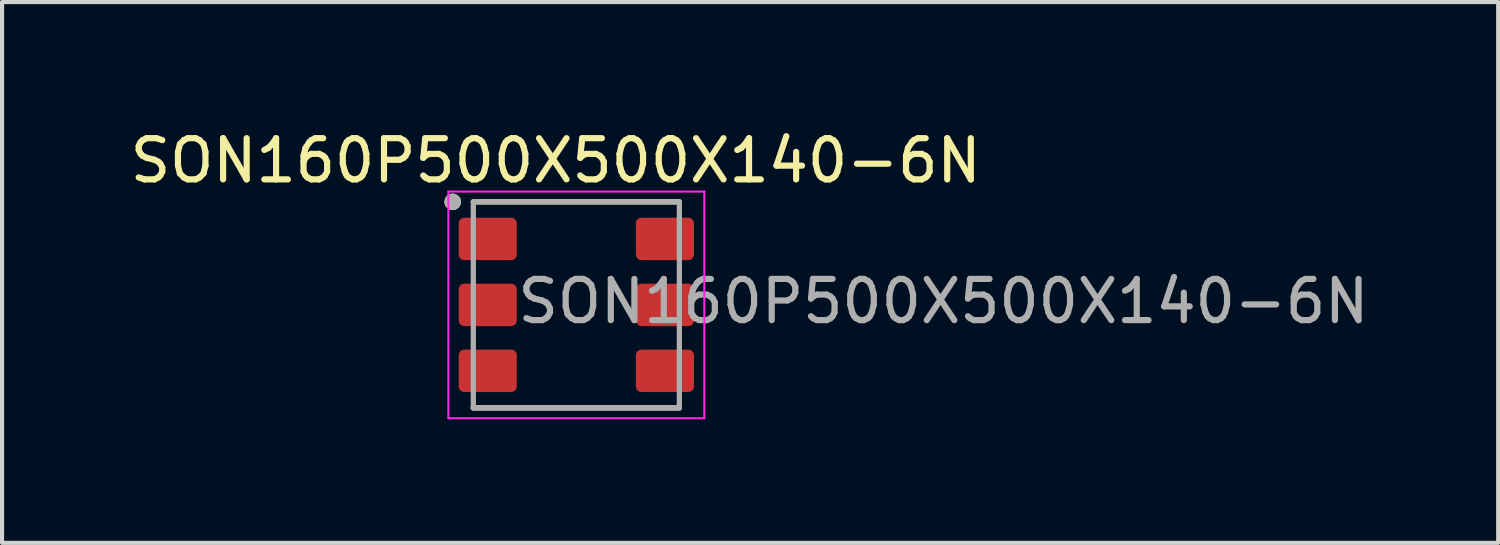
<source format=kicad_pcb>
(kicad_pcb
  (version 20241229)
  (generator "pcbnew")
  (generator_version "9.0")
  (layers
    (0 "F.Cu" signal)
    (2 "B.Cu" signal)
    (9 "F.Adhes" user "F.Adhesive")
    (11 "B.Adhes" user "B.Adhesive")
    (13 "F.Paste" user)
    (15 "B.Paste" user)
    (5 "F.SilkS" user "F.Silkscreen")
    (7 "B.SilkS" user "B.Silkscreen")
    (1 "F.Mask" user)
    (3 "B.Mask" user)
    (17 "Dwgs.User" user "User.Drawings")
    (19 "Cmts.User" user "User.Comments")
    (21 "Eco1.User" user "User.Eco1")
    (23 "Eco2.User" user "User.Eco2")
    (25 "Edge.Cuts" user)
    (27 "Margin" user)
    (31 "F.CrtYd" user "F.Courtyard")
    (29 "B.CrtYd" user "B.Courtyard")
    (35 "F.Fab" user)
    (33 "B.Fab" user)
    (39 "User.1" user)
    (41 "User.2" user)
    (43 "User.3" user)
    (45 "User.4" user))
  (footprint "SON160P500X500X140-6N"
    (layer "F.Cu")
    (at 10.935 4.348)
    (property "Reference" "SON160P500X500X140-6N" (at -0.5 -3.5 0) (layer "F.SilkS") (effects (font (size 1 1) (thickness 0.15))))
    (attr smd)
    (fp_line (start -2.5 -2.5) (end 2.5 -2.5) (stroke (width 0.127) (type solid)) (layer "F.SilkS"))
    (fp_line (start -2.5 2.5) (end 2.5 2.5) (stroke (width 0.127) (type solid)) (layer "F.SilkS"))
    (fp_circle (center -3 -2.5) (end -2.9 -2.5) (stroke (width 0.2) (type solid)) (fill no) (layer "F.SilkS"))
    (fp_line (start -3.105 -2.75) (end -3.105 2.75) (stroke (width 0.05) (type solid)) (layer "F.CrtYd"))
    (fp_line (start -3.105 -2.75) (end 3.105 -2.75) (stroke (width 0.05) (type solid)) (layer "F.CrtYd"))
    (fp_line (start -3.105 2.75) (end 3.105 2.75) (stroke (width 0.05) (type solid)) (layer "F.CrtYd"))
    (fp_line (start 3.105 -2.75) (end 3.105 2.75) (stroke (width 0.05) (type solid)) (layer "F.CrtYd"))
    (fp_line (start -2.5 -2.5) (end -2.5 2.5) (stroke (width 0.127) (type solid)) (layer "F.Fab"))
    (fp_line (start -2.5 -2.5) (end 2.5 -2.5) (stroke (width 0.127) (type solid)) (layer "F.Fab"))
    (fp_line (start -2.5 2.5) (end 2.5 2.5) (stroke (width 0.127) (type solid)) (layer "F.Fab"))
    (fp_line (start 2.5 -2.5) (end 2.5 2.5) (stroke (width 0.127) (type solid)) (layer "F.Fab"))
    (fp_circle (center -3 -2.5) (end -2.9 -2.5) (stroke (width 0.2) (type solid)) (fill no) (layer "F.Fab"))
    (fp_text user "${REFERENCE}" (at -1.5 0.5 0) (unlocked yes) (layer "F.Fab") (effects (font (size 1 1) (thickness 0.15)) (justify left bottom)))
    (pad "1" smd roundrect (at -2.15 -1.6) (size 1.41 1.03) (layers "F.Cu" "F.Mask" "F.Paste") (roundrect_rratio 0.13))
    (pad "2" smd roundrect (at -2.15 0) (size 1.41 1.03) (layers "F.Cu" "F.Mask" "F.Paste") (roundrect_rratio 0.13))
    (pad "3" smd roundrect (at -2.15 1.6) (size 1.41 1.03) (layers "F.Cu" "F.Mask" "F.Paste") (roundrect_rratio 0.13))
    (pad "4" smd roundrect (at 2.15 1.6) (size 1.41 1.03) (layers "F.Cu" "F.Mask" "F.Paste") (roundrect_rratio 0.13))
    (pad "5" smd roundrect (at 2.15 0) (size 1.41 1.03) (layers "F.Cu" "F.Mask" "F.Paste") (roundrect_rratio 0.13))
    (pad "6" smd roundrect (at 2.15 -1.6) (size 1.41 1.03) (layers "F.Cu" "F.Mask" "F.Paste") (roundrect_rratio 0.13)))
  (gr_rect
    (start -3 -3)
    (end 33.304 10.123)
    (stroke (width 0.1) (type default))
    (fill no)
    (layer "Edge.Cuts")))
</source>
